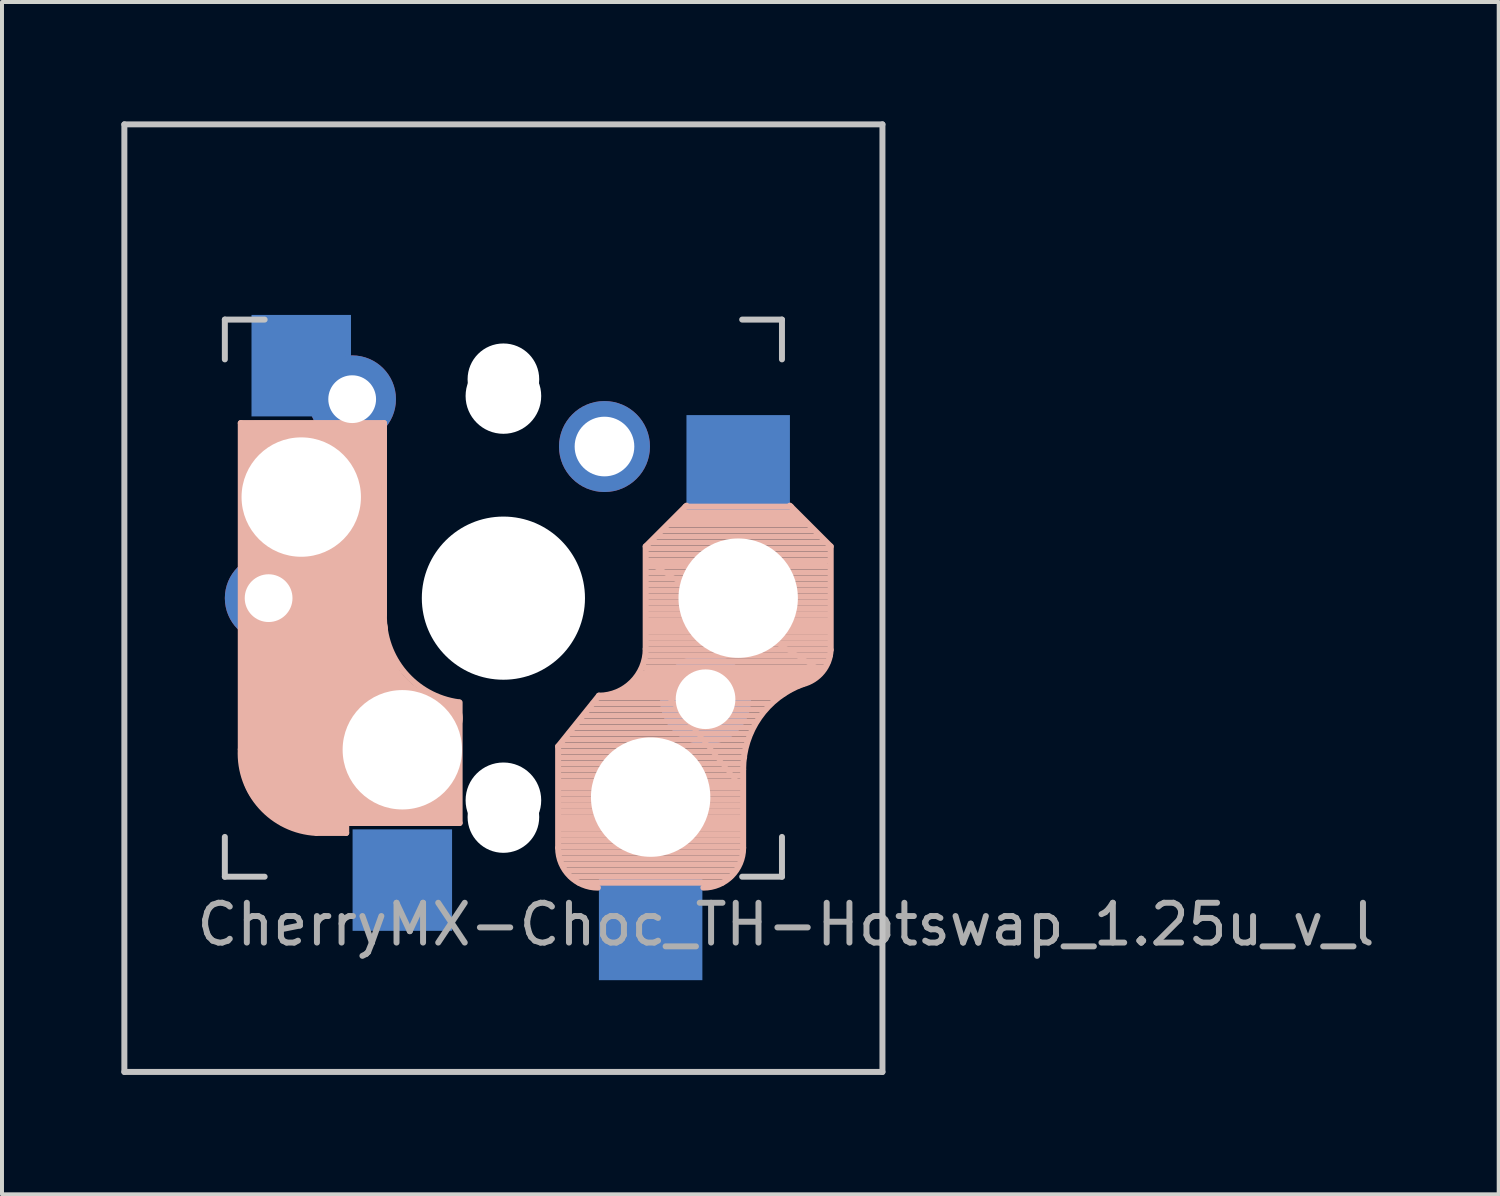
<source format=kicad_pcb>
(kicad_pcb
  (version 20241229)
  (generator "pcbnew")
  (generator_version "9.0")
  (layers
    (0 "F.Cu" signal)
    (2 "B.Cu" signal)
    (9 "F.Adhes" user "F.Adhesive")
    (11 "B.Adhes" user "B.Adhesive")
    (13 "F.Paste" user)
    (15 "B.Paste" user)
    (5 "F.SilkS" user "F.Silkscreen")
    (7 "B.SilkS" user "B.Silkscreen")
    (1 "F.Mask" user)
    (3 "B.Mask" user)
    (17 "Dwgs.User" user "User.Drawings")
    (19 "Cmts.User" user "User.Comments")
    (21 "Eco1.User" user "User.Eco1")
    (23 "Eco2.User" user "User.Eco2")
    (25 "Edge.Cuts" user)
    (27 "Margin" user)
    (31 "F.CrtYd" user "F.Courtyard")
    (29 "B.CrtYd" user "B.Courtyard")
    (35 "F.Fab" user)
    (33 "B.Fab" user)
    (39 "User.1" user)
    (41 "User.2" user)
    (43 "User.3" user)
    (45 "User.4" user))
  (footprint "CherryMX-Choc_TH-Hotswap_1.25u_v_l"
    (layer "F.Cu")
    (at 9.6 11.981)
    (property "Reference" "CherryMX-Choc_TH-Hotswap_1.25u_v_l" (at 7.1 8.2 0) (layer "F.Fab") (effects (font (size 1 1) (thickness 0.15))))
    (attr through_hole)
    (fp_line (start -6.6 -4.4) (end -6.6 3.8) (stroke (width 0.15) (type solid)) (layer "B.SilkS"))
    (fp_line (start -6.4 -4.25) (end -6.4 -3) (stroke (width 0.4) (type solid)) (layer "B.SilkS"))
    (fp_line (start -6 -3.9) (end -3.5 -3.9) (stroke (width 1) (type solid)) (layer "B.SilkS"))
    (fp_line (start -5.55 5.65) (end -1.1 5.65) (stroke (width 0.15) (type solid)) (layer "B.SilkS"))
    (fp_line (start -5.1 4.17) (end -2.86 4.17) (stroke (width 3) (type solid)) (layer "B.SilkS"))
    (fp_line (start -4.8 -2.6) (end -4.8 4.1) (stroke (width 3.5) (type solid)) (layer "B.SilkS"))
    (fp_line (start -4.7 5.9) (end -3.95 5.9) (stroke (width 0.15) (type solid)) (layer "B.SilkS"))
    (fp_line (start -4.05 5.8) (end -4.7 5.8) (stroke (width 0.3) (type solid)) (layer "B.SilkS"))
    (fp_line (start -4 -4.38) (end -6.25 -4.38) (stroke (width 0.15) (type solid)) (layer "B.SilkS"))
    (fp_line (start -3.95 5.9) (end -3.95 5.7) (stroke (width 0.15) (type solid)) (layer "B.SilkS"))
    (fp_line (start -3.25 -4.2) (end -3.3 -2.9) (stroke (width 0.5) (type solid)) (layer "B.SilkS"))
    (fp_line (start -3 -4.4) (end -6.6 -4.4) (stroke (width 0.15) (type solid)) (layer "B.SilkS"))
    (fp_line (start -3 0.4) (end -3 -4.4) (stroke (width 0.15) (type solid)) (layer "B.SilkS"))
    (fp_line (start -1.6 5.3) (end -3.4 5.3) (stroke (width 0.8) (type solid)) (layer "B.SilkS"))
    (fp_line (start -1.3 5.45) (end -1.3 3) (stroke (width 0.5) (type solid)) (layer "B.SilkS"))
    (fp_line (start -1.1 5.65) (end -1.1 2.62) (stroke (width 0.15) (type solid)) (layer "B.SilkS"))
    (fp_line (start 1.375 3.725) (end 1.375 6.275) (stroke (width 0.15) (type solid)) (layer "B.SilkS"))
    (fp_line (start 1.375 3.725) (end 2.4 2.45) (stroke (width 0.15) (type solid)) (layer "B.SilkS"))
    (fp_line (start 3.575 -1.3) (end 3.575 1.275) (stroke (width 0.15) (type solid)) (layer "B.SilkS"))
    (fp_line (start 3.575 -1.3) (end 4.6 -2.325) (stroke (width 0.15) (type solid)) (layer "B.SilkS"))
    (fp_line (start 3.6 1.8) (end 5.9 4.65) (stroke (width 0.12) (type solid)) (layer "B.SilkS"))
    (fp_line (start 3.65 -0.9) (end 7.95 1.8) (stroke (width 0.12) (type solid)) (layer "B.SilkS"))
    (fp_line (start 4.575 -2.3) (end 7.225 -2.3) (stroke (width 0.15) (type solid)) (layer "B.SilkS"))
    (fp_line (start 5.5 7.15) (end 1.9 7.15) (stroke (width 0.15) (type solid)) (layer "B.SilkS"))
    (fp_line (start 5.7 7) (end 1.7 7) (stroke (width 0.15) (type solid)) (layer "B.SilkS"))
    (fp_line (start 5.8 6.85) (end 1.6 6.85) (stroke (width 0.15) (type solid)) (layer "B.SilkS"))
    (fp_line (start 5.9 4.65) (end 1.4 4.65) (stroke (width 0.12) (type solid)) (layer "B.SilkS"))
    (fp_line (start 5.9 6.7) (end 1.5 6.7) (stroke (width 0.15) (type solid)) (layer "B.SilkS"))
    (fp_line (start 5.95 6.55) (end 1.45 6.55) (stroke (width 0.15) (type solid)) (layer "B.SilkS"))
    (fp_line (start 6 4.15) (end 1.45 4.15) (stroke (width 0.15) (type solid)) (layer "B.SilkS"))
    (fp_line (start 6 4.3) (end 1.4 4.3) (stroke (width 0.15) (type solid)) (layer "B.SilkS"))
    (fp_line (start 6 4.45) (end 1.4 4.45) (stroke (width 0.15) (type solid)) (layer "B.SilkS"))
    (fp_line (start 6 4.6) (end 1.4 4.6) (stroke (width 0.15) (type solid)) (layer "B.SilkS"))
    (fp_line (start 6 4.75) (end 1.4 4.75) (stroke (width 0.15) (type solid)) (layer "B.SilkS"))
    (fp_line (start 6 4.9) (end 1.4 4.9) (stroke (width 0.15) (type solid)) (layer "B.SilkS"))
    (fp_line (start 6 5.05) (end 1.4 5.05) (stroke (width 0.15) (type solid)) (layer "B.SilkS"))
    (fp_line (start 6 5.2) (end 1.4 5.2) (stroke (width 0.15) (type solid)) (layer "B.SilkS"))
    (fp_line (start 6 5.35) (end 1.4 5.35) (stroke (width 0.15) (type solid)) (layer "B.SilkS"))
    (fp_line (start 6 5.5) (end 1.4 5.5) (stroke (width 0.15) (type solid)) (layer "B.SilkS"))
    (fp_line (start 6 5.65) (end 1.4 5.65) (stroke (width 0.15) (type solid)) (layer "B.SilkS"))
    (fp_line (start 6 5.8) (end 1.4 5.8) (stroke (width 0.15) (type solid)) (layer "B.SilkS"))
    (fp_line (start 6 5.95) (end 1.4 5.95) (stroke (width 0.15) (type solid)) (layer "B.SilkS"))
    (fp_line (start 6 6.1) (end 1.4 6.1) (stroke (width 0.15) (type solid)) (layer "B.SilkS"))
    (fp_line (start 6 6.25) (end 1.4 6.25) (stroke (width 0.15) (type solid)) (layer "B.SilkS"))
    (fp_line (start 6 6.4) (end 1.45 6.4) (stroke (width 0.15) (type solid)) (layer "B.SilkS"))
    (fp_line (start 6.025 4.3) (end 6.025 6.275) (stroke (width 0.15) (type solid)) (layer "B.SilkS"))
    (fp_line (start 6.05 3.7) (end 1.45 3.7) (stroke (width 0.15) (type solid)) (layer "B.SilkS"))
    (fp_line (start 6.05 3.85) (end 1.4 3.85) (stroke (width 0.15) (type solid)) (layer "B.SilkS"))
    (fp_line (start 6.05 4) (end 1.4 4) (stroke (width 0.15) (type solid)) (layer "B.SilkS"))
    (fp_line (start 6.1 3.55) (end 1.55 3.55) (stroke (width 0.15) (type solid)) (layer "B.SilkS"))
    (fp_line (start 6.2 3.4) (end 1.65 3.4) (stroke (width 0.15) (type solid)) (layer "B.SilkS"))
    (fp_line (start 6.25 3.25) (end 1.8 3.25) (stroke (width 0.15) (type solid)) (layer "B.SilkS"))
    (fp_line (start 6.35 3.1) (end 1.9 3.1) (stroke (width 0.15) (type solid)) (layer "B.SilkS"))
    (fp_line (start 6.45 2.95) (end 2.05 2.95) (stroke (width 0.15) (type solid)) (layer "B.SilkS"))
    (fp_line (start 6.55 2.8) (end 2.15 2.8) (stroke (width 0.15) (type solid)) (layer "B.SilkS"))
    (fp_line (start 6.7 2.65) (end 2.25 2.65) (stroke (width 0.15) (type solid)) (layer "B.SilkS"))
    (fp_line (start 6.85 2.5) (end 2.4 2.5) (stroke (width 0.15) (type solid)) (layer "B.SilkS"))
    (fp_line (start 7.05 2.4) (end 2.9 2.4) (stroke (width 0.15) (type solid)) (layer "B.SilkS"))
    (fp_line (start 7.2 2.3) (end 3.05 2.3) (stroke (width 0.15) (type solid)) (layer "B.SilkS"))
    (fp_line (start 7.35 -2.15) (end 4.45 -2.15) (stroke (width 0.15) (type solid)) (layer "B.SilkS"))
    (fp_line (start 7.4 2.2) (end 3.25 2.2) (stroke (width 0.15) (type solid)) (layer "B.SilkS"))
    (fp_line (start 7.45 -2.05) (end 4.35 -2.05) (stroke (width 0.15) (type solid)) (layer "B.SilkS"))
    (fp_line (start 7.55 -1.95) (end 4.25 -1.95) (stroke (width 0.15) (type solid)) (layer "B.SilkS"))
    (fp_line (start 7.55 2.1) (end 3.35 2.1) (stroke (width 0.15) (type solid)) (layer "B.SilkS"))
    (fp_line (start 7.65 -1.85) (end 4.15 -1.85) (stroke (width 0.15) (type solid)) (layer "B.SilkS"))
    (fp_line (start 7.8 -1.7) (end 4 -1.7) (stroke (width 0.15) (type solid)) (layer "B.SilkS"))
    (fp_line (start 7.8 2) (end 3.4 2) (stroke (width 0.15) (type solid)) (layer "B.SilkS"))
    (fp_line (start 7.95 -1.55) (end 3.85 -1.55) (stroke (width 0.15) (type solid)) (layer "B.SilkS"))
    (fp_line (start 7.95 1.8) (end 3.6 1.8) (stroke (width 0.12) (type solid)) (layer "B.SilkS"))
    (fp_line (start 7.95 1.9) (end 3.45 1.9) (stroke (width 0.15) (type solid)) (layer "B.SilkS"))
    (fp_line (start 8.05 1.75) (end 3.5 1.75) (stroke (width 0.15) (type solid)) (layer "B.SilkS"))
    (fp_line (start 8.1 -1.4) (end 3.7 -1.4) (stroke (width 0.15) (type solid)) (layer "B.SilkS"))
    (fp_line (start 8.1 -0.9) (end 3.65 -0.9) (stroke (width 0.12) (type solid)) (layer "B.SilkS"))
    (fp_line (start 8.15 1.6) (end 3.6 1.6) (stroke (width 0.15) (type solid)) (layer "B.SilkS"))
    (fp_line (start 8.2 -1.25) (end 3.6 -1.25) (stroke (width 0.15) (type solid)) (layer "B.SilkS"))
    (fp_line (start 8.2 -1.1) (end 3.6 -1.1) (stroke (width 0.15) (type solid)) (layer "B.SilkS"))
    (fp_line (start 8.2 -0.95) (end 3.6 -0.95) (stroke (width 0.15) (type solid)) (layer "B.SilkS"))
    (fp_line (start 8.2 -0.8) (end 3.6 -0.8) (stroke (width 0.15) (type solid)) (layer "B.SilkS"))
    (fp_line (start 8.2 -0.65) (end 3.6 -0.65) (stroke (width 0.15) (type solid)) (layer "B.SilkS"))
    (fp_line (start 8.2 -0.5) (end 3.6 -0.5) (stroke (width 0.15) (type solid)) (layer "B.SilkS"))
    (fp_line (start 8.2 -0.35) (end 3.6 -0.35) (stroke (width 0.15) (type solid)) (layer "B.SilkS"))
    (fp_line (start 8.2 -0.2) (end 3.6 -0.2) (stroke (width 0.15) (type solid)) (layer "B.SilkS"))
    (fp_line (start 8.2 -0.05) (end 3.6 -0.05) (stroke (width 0.15) (type solid)) (layer "B.SilkS"))
    (fp_line (start 8.2 0.1) (end 3.6 0.1) (stroke (width 0.15) (type solid)) (layer "B.SilkS"))
    (fp_line (start 8.2 0.25) (end 3.6 0.25) (stroke (width 0.15) (type solid)) (layer "B.SilkS"))
    (fp_line (start 8.2 0.4) (end 3.6 0.4) (stroke (width 0.15) (type solid)) (layer "B.SilkS"))
    (fp_line (start 8.2 0.55) (end 3.6 0.55) (stroke (width 0.15) (type solid)) (layer "B.SilkS"))
    (fp_line (start 8.2 0.7) (end 3.6 0.7) (stroke (width 0.15) (type solid)) (layer "B.SilkS"))
    (fp_line (start 8.2 0.85) (end 3.6 0.85) (stroke (width 0.15) (type solid)) (layer "B.SilkS"))
    (fp_line (start 8.2 1) (end 3.6 1) (stroke (width 0.15) (type solid)) (layer "B.SilkS"))
    (fp_line (start 8.2 1.15) (end 3.65 1.15) (stroke (width 0.15) (type solid)) (layer "B.SilkS"))
    (fp_line (start 8.2 1.3) (end 3.6 1.3) (stroke (width 0.15) (type solid)) (layer "B.SilkS"))
    (fp_line (start 8.2 1.45) (end 3.6 1.45) (stroke (width 0.15) (type solid)) (layer "B.SilkS"))
    (fp_line (start 8.225 -1.3) (end 7.2 -2.325) (stroke (width 0.15) (type solid)) (layer "B.SilkS"))
    (fp_line (start 8.225 -1.3) (end 8.225 1.3) (stroke (width 0.15) (type solid)) (layer "B.SilkS"))
    (fp_arc (start -4.699999 5.9) (mid -6.084924 5.243504) (end -6.6 3.800001) (stroke (width 0.15) (type solid)) (layer "B.SilkS"))
    (fp_arc (start -1.521471 3.016318) (mid -2.886118 2.268709) (end -3.4 0.8) (stroke (width 1) (type solid)) (layer "B.SilkS"))
    (fp_arc (start -1.121471 2.616318) (mid -2.486118 1.868709) (end -3 0.4) (stroke (width 0.15) (type solid)) (layer "B.SilkS"))
    (fp_arc (start 2.375 7.275) (mid 1.667893 6.982107) (end 1.375 6.275) (stroke (width 0.15) (type solid)) (layer "B.SilkS"))
    (fp_arc (start 3.575 1.275) (mid 3.23085 2.10585) (end 2.4 2.45) (stroke (width 0.15) (type solid)) (layer "B.SilkS"))
    (fp_arc (start 6.025 4.3) (mid 6.436429 2.995114) (end 7.521904 2.162199) (stroke (width 0.15) (type solid)) (layer "B.SilkS"))
    (fp_arc (start 6.025 6.275) (mid 5.732107 6.982107) (end 5.025 7.275) (stroke (width 0.15) (type solid)) (layer "B.SilkS"))
    (fp_arc (start 8.223791 1.300995) (mid 8.016021 1.848284) (end 7.521904 2.162199) (stroke (width 0.15) (type solid)) (layer "B.SilkS"))
    (fp_line (start -9.525 -11.906) (end 9.525 -11.906) (stroke (width 0.15) (type solid)) (layer "Dwgs.User"))
    (fp_line (start -9.525 11.906) (end -9.525 -11.906) (stroke (width 0.15) (type solid)) (layer "Dwgs.User"))
    (fp_line (start -7 -7) (end -7 -6) (stroke (width 0.15) (type solid)) (layer "Dwgs.User"))
    (fp_line (start -7 -7) (end -6 -7) (stroke (width 0.15) (type solid)) (layer "Dwgs.User"))
    (fp_line (start -7 7) (end -7 6) (stroke (width 0.15) (type solid)) (layer "Dwgs.User"))
    (fp_line (start -6 7) (end -7 7) (stroke (width 0.15) (type solid)) (layer "Dwgs.User"))
    (fp_line (start 6 7) (end 7 7) (stroke (width 0.15) (type solid)) (layer "Dwgs.User"))
    (fp_line (start 7 -7) (end 6 -7) (stroke (width 0.15) (type solid)) (layer "Dwgs.User"))
    (fp_line (start 7 -6) (end 7 -7) (stroke (width 0.15) (type solid)) (layer "Dwgs.User"))
    (fp_line (start 7 7) (end 7 6) (stroke (width 0.15) (type solid)) (layer "Dwgs.User"))
    (fp_line (start 9.525 -11.906) (end 9.525 11.906) (stroke (width 0.15) (type solid)) (layer "Dwgs.User"))
    (fp_line (start 9.525 11.906) (end -9.525 11.906) (stroke (width 0.15) (type solid)) (layer "Dwgs.User"))
    (pad "" np_thru_hole circle (at -5.08 -2.54 90) (size 3 3) (drill 3) (layers "*.Cu" "*.Mask"))
    (pad "" np_thru_hole circle (at -2.54 3.81 90) (size 3 3) (drill 3) (layers "*.Cu" "*.Mask"))
    (pad "" np_thru_hole circle (at 0 -5.5 90) (size 1.8 1.8) (drill 1.8) (layers "*.Cu" "*.Mask"))
    (pad "" np_thru_hole circle (at 0 -5.08 90) (size 1.9 1.9) (drill 1.9) (layers "*.Cu" "*.Mask"))
    (pad "" np_thru_hole circle (at 0 0 90) (size 3.2 3.2) (drill 3.2) (layers "*.Cu" "*.Mask"))
    (pad "" np_thru_hole circle (at 0 0 180) (size 4.1 4.1) (drill 4.1) (layers "*.Cu" "*.Mask"))
    (pad "" np_thru_hole circle (at 0 5.08 90) (size 1.9 1.9) (drill 1.9) (layers "*.Cu" "*.Mask"))
    (pad "" np_thru_hole circle (at 0 5.5 90) (size 1.8 1.8) (drill 1.8) (layers "*.Cu" "*.Mask"))
    (pad "" np_thru_hole circle (at 3.7 5 180) (size 3 3) (drill 3) (layers "*.Cu" "*.Mask"))
    (pad "" np_thru_hole circle (at 4.2 5.22 90) (size 1.2 1.2) (drill 1.2) (layers "*.Cu" "*.Mask"))
    (pad "" np_thru_hole circle (at 5.9 0 180) (size 3 3) (drill 3) (layers "*.Cu" "*.Mask"))
    (pad "1" thru_hole circle (at -5.9 0 90) (size 2.2 2.2) (drill 1.2) (layers "*.Cu" "B.Mask"))
    (pad "1" smd rect (at -2.54 7.085 270) (size 2.55 2.5) (layers "B.Cu" "B.Mask" "B.Paste"))
    (pad "1" smd rect (at 3.7 8.3 270) (size 2.6 2.6) (layers "B.Cu" "B.Mask" "B.Paste"))
    (pad "1" thru_hole circle (at 5.08 2.54 270) (size 2.286 2.286) (drill 1.499) (layers "*.Cu" "*.Mask"))
    (pad "2" smd rect (at -5.08 -5.842 270) (size 2.55 2.5) (layers "B.Cu" "B.Mask" "B.Paste"))
    (pad "2" thru_hole circle (at -3.8 -5 90) (size 2.2 2.2) (drill 1.2) (layers "*.Cu" "B.Mask"))
    (pad "2" thru_hole circle (at 2.54 -3.81 270) (size 2.286 2.286) (drill 1.499) (layers "*.Cu" "*.Mask"))
    (pad "2" smd rect (at 5.9 -3.3 270) (size 2.6 2.6) (layers "B.Cu" "B.Mask" "B.Paste")))
  (gr_rect
    (start -3 -3)
    (end 34.611 26.962)
    (stroke (width 0.1) (type default))
    (fill no)
    (layer "Edge.Cuts")))
</source>
